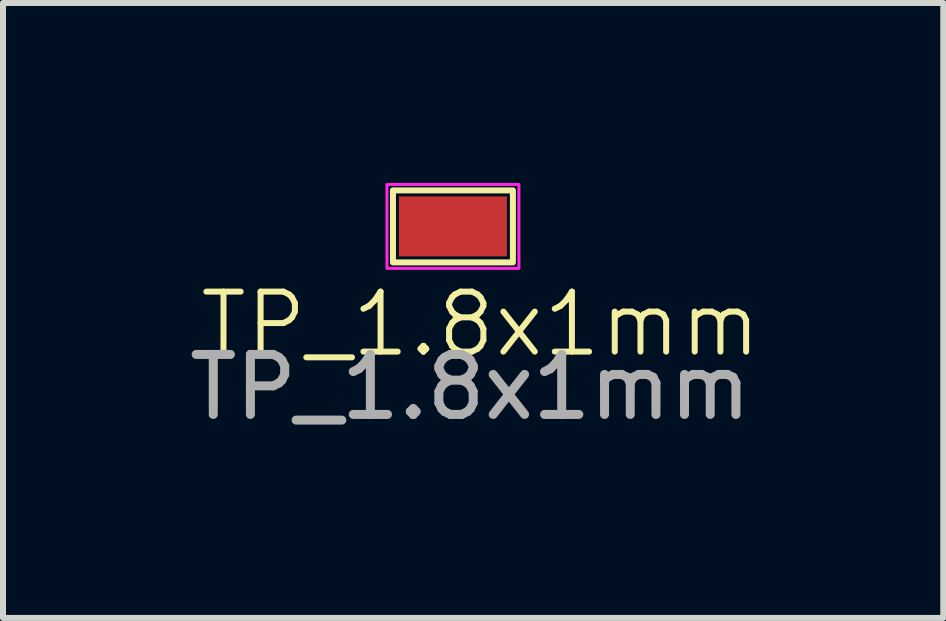
<source format=kicad_pcb>
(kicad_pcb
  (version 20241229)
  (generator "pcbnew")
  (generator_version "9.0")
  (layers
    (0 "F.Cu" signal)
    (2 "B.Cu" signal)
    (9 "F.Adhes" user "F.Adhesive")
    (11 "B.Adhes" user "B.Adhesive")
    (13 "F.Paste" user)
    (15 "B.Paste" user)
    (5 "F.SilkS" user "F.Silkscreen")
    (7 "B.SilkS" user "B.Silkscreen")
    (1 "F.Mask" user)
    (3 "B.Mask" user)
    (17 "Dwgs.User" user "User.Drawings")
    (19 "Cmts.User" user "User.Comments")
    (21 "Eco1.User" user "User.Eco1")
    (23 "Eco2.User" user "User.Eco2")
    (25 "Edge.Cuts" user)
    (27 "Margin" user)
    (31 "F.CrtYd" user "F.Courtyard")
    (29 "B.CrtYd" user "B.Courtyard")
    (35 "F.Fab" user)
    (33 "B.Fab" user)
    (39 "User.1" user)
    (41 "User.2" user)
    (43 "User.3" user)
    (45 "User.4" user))
  (footprint "TP_1.8x1mm"
    (layer "F.Cu")
    (at 4.502 0.725)
    (property "Reference" "TP_1.8x1mm" (at 0.46 1.63 0) (unlocked yes) (layer "F.SilkS") (effects (font (size 1 1) (thickness 0.1))))
    (attr smd)
    (fp_rect (start -1 -0.6) (end 1 0.6) (stroke (width 0.1) (type default)) (fill no) (layer "F.SilkS"))
    (fp_rect (start -1.1 -0.7) (end 1.1 0.7) (stroke (width 0.05) (type default)) (fill no) (layer "F.CrtYd"))
    (fp_text user "${REFERENCE}" (at 0.29 2.68 0) (layer "F.Fab") (effects (font (size 1 1) (thickness 0.15))))
    (pad "1" smd rect (at 0 0) (size 1.8 1) (layers "F.Cu" "F.Mask")))
  (gr_rect
    (start -3 -3)
    (end 12.678 7.253)
    (stroke (width 0.1) (type default))
    (fill no)
    (layer "Edge.Cuts")))
</source>
